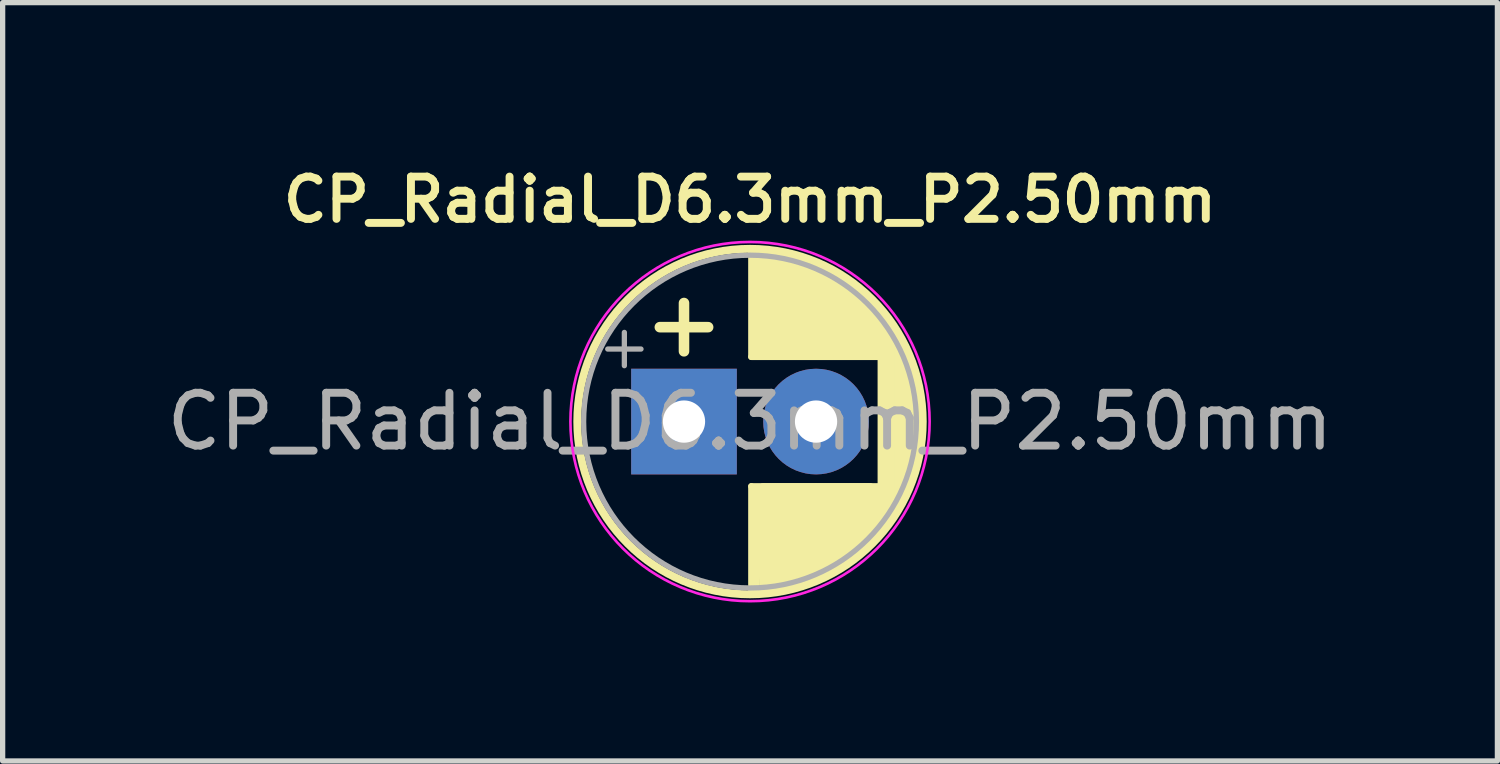
<source format=kicad_pcb>
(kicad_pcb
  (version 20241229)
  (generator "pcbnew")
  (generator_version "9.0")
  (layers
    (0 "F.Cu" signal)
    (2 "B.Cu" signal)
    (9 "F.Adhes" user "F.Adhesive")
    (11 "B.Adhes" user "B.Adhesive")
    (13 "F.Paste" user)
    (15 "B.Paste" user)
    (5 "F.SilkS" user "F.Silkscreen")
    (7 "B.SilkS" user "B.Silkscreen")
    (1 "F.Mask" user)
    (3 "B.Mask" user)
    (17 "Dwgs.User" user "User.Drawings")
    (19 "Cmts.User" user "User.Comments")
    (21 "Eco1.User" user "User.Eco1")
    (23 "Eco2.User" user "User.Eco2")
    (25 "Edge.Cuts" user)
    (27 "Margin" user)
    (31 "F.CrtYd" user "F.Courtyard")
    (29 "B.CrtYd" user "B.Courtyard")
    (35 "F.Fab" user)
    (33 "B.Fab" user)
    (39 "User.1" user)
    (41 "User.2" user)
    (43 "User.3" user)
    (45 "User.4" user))
  (footprint "CP_Radial_D6.3mm_P2.50mm"
    (layer "F.Cu")
    (at 9.899 4.931)
    (property "Reference" "CP_Radial_D6.3mm_P2.50mm" (at 1.25 -4.2 0) (layer "F.SilkS") (effects (font (size 0.8 0.8) (thickness 0.15))))
    (attr through_hole)
    (fp_line (start 1.275 -3.27) (end 1.275 -1.225) (stroke (width 0.12) (type solid)) (layer "F.SilkS"))
    (fp_line (start 1.275 -1.225) (end 3.725 -1.225) (stroke (width 0.12) (type solid)) (layer "F.SilkS"))
    (fp_line (start 1.275 1.225) (end 1.275 3.27) (stroke (width 0.12) (type solid)) (layer "F.SilkS"))
    (fp_line (start 1.275 1.225) (end 3.725 1.225) (stroke (width 0.12) (type solid)) (layer "F.SilkS"))
    (fp_line (start 1.321 -1.225) (end 1.321 -3.251) (stroke (width 0.12) (type solid)) (layer "F.SilkS"))
    (fp_line (start 1.321 1.27) (end 1.321 3.251) (stroke (width 0.12) (type solid)) (layer "F.SilkS"))
    (fp_line (start 1.372 1.27) (end 1.372 3.2) (stroke (width 0.12) (type solid)) (layer "F.SilkS"))
    (fp_line (start 1.422 -1.225) (end 1.422 -3.251) (stroke (width 0.12) (type solid)) (layer "F.SilkS"))
    (fp_line (start 1.422 1.321) (end 1.372 3.2) (stroke (width 0.12) (type solid)) (layer "F.SilkS"))
    (fp_line (start 1.49 -3.222) (end 1.49 -1.225) (stroke (width 0.12) (type solid)) (layer "F.SilkS"))
    (fp_line (start 1.49 1.225) (end 1.49 3.222) (stroke (width 0.12) (type solid)) (layer "F.SilkS"))
    (fp_line (start 1.53 -3.218) (end 1.53 -1.225) (stroke (width 0.12) (type solid)) (layer "F.SilkS"))
    (fp_line (start 1.53 1.225) (end 1.53 3.218) (stroke (width 0.12) (type solid)) (layer "F.SilkS"))
    (fp_line (start 1.57 -3.215) (end 1.57 -1.225) (stroke (width 0.12) (type solid)) (layer "F.SilkS"))
    (fp_line (start 1.57 1.225) (end 1.57 3.215) (stroke (width 0.12) (type solid)) (layer "F.SilkS"))
    (fp_line (start 1.61 -3.211) (end 1.61 -1.225) (stroke (width 0.12) (type solid)) (layer "F.SilkS"))
    (fp_line (start 1.61 1.225) (end 1.61 3.211) (stroke (width 0.12) (type solid)) (layer "F.SilkS"))
    (fp_line (start 1.65 -3.206) (end 1.65 -1.225) (stroke (width 0.12) (type solid)) (layer "F.SilkS"))
    (fp_line (start 1.65 1.225) (end 1.65 3.206) (stroke (width 0.12) (type solid)) (layer "F.SilkS"))
    (fp_line (start 1.69 -3.201) (end 1.69 -1.225) (stroke (width 0.12) (type solid)) (layer "F.SilkS"))
    (fp_line (start 1.69 1.225) (end 1.69 3.201) (stroke (width 0.12) (type solid)) (layer "F.SilkS"))
    (fp_line (start 1.73 -3.195) (end 1.73 -1.225) (stroke (width 0.12) (type solid)) (layer "F.SilkS"))
    (fp_line (start 1.73 1.225) (end 1.73 3.195) (stroke (width 0.12) (type solid)) (layer "F.SilkS"))
    (fp_line (start 1.77 -3.189) (end 1.77 -1.225) (stroke (width 0.12) (type solid)) (layer "F.SilkS"))
    (fp_line (start 1.77 1.225) (end 1.77 3.189) (stroke (width 0.12) (type solid)) (layer "F.SilkS"))
    (fp_line (start 1.81 -3.182) (end 1.81 -1.225) (stroke (width 0.12) (type solid)) (layer "F.SilkS"))
    (fp_line (start 1.81 1.225) (end 1.81 3.182) (stroke (width 0.12) (type solid)) (layer "F.SilkS"))
    (fp_line (start 1.85 -3.175) (end 1.85 -1.225) (stroke (width 0.12) (type solid)) (layer "F.SilkS"))
    (fp_line (start 1.85 1.225) (end 1.85 3.175) (stroke (width 0.12) (type solid)) (layer "F.SilkS"))
    (fp_line (start 1.89 -3.167) (end 1.89 -1.225) (stroke (width 0.12) (type solid)) (layer "F.SilkS"))
    (fp_line (start 1.89 1.225) (end 1.89 3.167) (stroke (width 0.12) (type solid)) (layer "F.SilkS"))
    (fp_line (start 1.93 -3.159) (end 1.93 -1.225) (stroke (width 0.12) (type solid)) (layer "F.SilkS"))
    (fp_line (start 1.93 1.225) (end 1.93 3.159) (stroke (width 0.12) (type solid)) (layer "F.SilkS"))
    (fp_line (start 1.971 -3.15) (end 1.971 -1.225) (stroke (width 0.12) (type solid)) (layer "F.SilkS"))
    (fp_line (start 1.971 1.225) (end 1.971 3.15) (stroke (width 0.12) (type solid)) (layer "F.SilkS"))
    (fp_line (start 2.011 -3.141) (end 2.011 -1.225) (stroke (width 0.12) (type solid)) (layer "F.SilkS"))
    (fp_line (start 2.011 1.225) (end 2.011 3.141) (stroke (width 0.12) (type solid)) (layer "F.SilkS"))
    (fp_line (start 2.051 -3.131) (end 2.051 -1.225) (stroke (width 0.12) (type solid)) (layer "F.SilkS"))
    (fp_line (start 2.051 1.225) (end 2.051 3.131) (stroke (width 0.12) (type solid)) (layer "F.SilkS"))
    (fp_line (start 2.091 -3.121) (end 2.091 -1.225) (stroke (width 0.12) (type solid)) (layer "F.SilkS"))
    (fp_line (start 2.091 1.225) (end 2.091 3.121) (stroke (width 0.12) (type solid)) (layer "F.SilkS"))
    (fp_line (start 2.131 -3.11) (end 2.131 -1.225) (stroke (width 0.12) (type solid)) (layer "F.SilkS"))
    (fp_line (start 2.131 1.225) (end 2.131 3.11) (stroke (width 0.12) (type solid)) (layer "F.SilkS"))
    (fp_line (start 2.171 -3.098) (end 2.171 -1.225) (stroke (width 0.12) (type solid)) (layer "F.SilkS"))
    (fp_line (start 2.171 1.225) (end 2.171 3.098) (stroke (width 0.12) (type solid)) (layer "F.SilkS"))
    (fp_line (start 2.211 -3.086) (end 2.211 -1.225) (stroke (width 0.12) (type solid)) (layer "F.SilkS"))
    (fp_line (start 2.211 1.225) (end 2.211 3.086) (stroke (width 0.12) (type solid)) (layer "F.SilkS"))
    (fp_line (start 2.251 -3.074) (end 2.251 -1.225) (stroke (width 0.12) (type solid)) (layer "F.SilkS"))
    (fp_line (start 2.251 1.225) (end 2.251 3.074) (stroke (width 0.12) (type solid)) (layer "F.SilkS"))
    (fp_line (start 2.291 -3.061) (end 2.291 -1.225) (stroke (width 0.12) (type solid)) (layer "F.SilkS"))
    (fp_line (start 2.291 1.225) (end 2.291 3.061) (stroke (width 0.12) (type solid)) (layer "F.SilkS"))
    (fp_line (start 2.331 -3.047) (end 2.331 -1.225) (stroke (width 0.12) (type solid)) (layer "F.SilkS"))
    (fp_line (start 2.331 1.225) (end 2.331 3.047) (stroke (width 0.12) (type solid)) (layer "F.SilkS"))
    (fp_line (start 2.371 -3.033) (end 2.371 -1.225) (stroke (width 0.12) (type solid)) (layer "F.SilkS"))
    (fp_line (start 2.371 1.225) (end 2.371 3.033) (stroke (width 0.12) (type solid)) (layer "F.SilkS"))
    (fp_line (start 2.411 -3.018) (end 2.411 -1.225) (stroke (width 0.12) (type solid)) (layer "F.SilkS"))
    (fp_line (start 2.411 1.225) (end 2.411 3.018) (stroke (width 0.12) (type solid)) (layer "F.SilkS"))
    (fp_line (start 2.451 -3.002) (end 2.451 -1.225) (stroke (width 0.12) (type solid)) (layer "F.SilkS"))
    (fp_line (start 2.451 1.225) (end 2.451 3.002) (stroke (width 0.12) (type solid)) (layer "F.SilkS"))
    (fp_line (start 2.491 -2.986) (end 2.491 -1.225) (stroke (width 0.12) (type solid)) (layer "F.SilkS"))
    (fp_line (start 2.491 1.225) (end 2.491 2.986) (stroke (width 0.12) (type solid)) (layer "F.SilkS"))
    (fp_line (start 2.531 -2.97) (end 2.531 -1.225) (stroke (width 0.12) (type solid)) (layer "F.SilkS"))
    (fp_line (start 2.531 1.225) (end 2.531 2.97) (stroke (width 0.12) (type solid)) (layer "F.SilkS"))
    (fp_line (start 2.571 -2.952) (end 2.571 -1.225) (stroke (width 0.12) (type solid)) (layer "F.SilkS"))
    (fp_line (start 2.571 1.225) (end 2.571 2.952) (stroke (width 0.12) (type solid)) (layer "F.SilkS"))
    (fp_line (start 2.611 -2.934) (end 2.611 -1.225) (stroke (width 0.12) (type solid)) (layer "F.SilkS"))
    (fp_line (start 2.611 1.225) (end 2.611 2.934) (stroke (width 0.12) (type solid)) (layer "F.SilkS"))
    (fp_line (start 2.651 -2.916) (end 2.651 -1.225) (stroke (width 0.12) (type solid)) (layer "F.SilkS"))
    (fp_line (start 2.651 1.225) (end 2.651 2.916) (stroke (width 0.12) (type solid)) (layer "F.SilkS"))
    (fp_line (start 2.691 -2.896) (end 2.691 -1.225) (stroke (width 0.12) (type solid)) (layer "F.SilkS"))
    (fp_line (start 2.691 1.225) (end 2.691 2.896) (stroke (width 0.12) (type solid)) (layer "F.SilkS"))
    (fp_line (start 2.731 -2.876) (end 2.731 -1.225) (stroke (width 0.12) (type solid)) (layer "F.SilkS"))
    (fp_line (start 2.731 1.225) (end 2.731 2.876) (stroke (width 0.12) (type solid)) (layer "F.SilkS"))
    (fp_line (start 2.771 -2.856) (end 2.771 -1.225) (stroke (width 0.12) (type solid)) (layer "F.SilkS"))
    (fp_line (start 2.771 1.225) (end 2.771 2.856) (stroke (width 0.12) (type solid)) (layer "F.SilkS"))
    (fp_line (start 2.811 -2.834) (end 2.811 -1.225) (stroke (width 0.12) (type solid)) (layer "F.SilkS"))
    (fp_line (start 2.811 1.225) (end 2.811 2.834) (stroke (width 0.12) (type solid)) (layer "F.SilkS"))
    (fp_line (start 2.851 -2.812) (end 2.851 -1.225) (stroke (width 0.12) (type solid)) (layer "F.SilkS"))
    (fp_line (start 2.851 1.225) (end 2.851 2.812) (stroke (width 0.12) (type solid)) (layer "F.SilkS"))
    (fp_line (start 2.891 -2.79) (end 2.891 -1.225) (stroke (width 0.12) (type solid)) (layer "F.SilkS"))
    (fp_line (start 2.891 1.225) (end 2.891 2.79) (stroke (width 0.12) (type solid)) (layer "F.SilkS"))
    (fp_line (start 2.931 -2.766) (end 2.931 -1.225) (stroke (width 0.12) (type solid)) (layer "F.SilkS"))
    (fp_line (start 2.931 1.225) (end 2.931 2.766) (stroke (width 0.12) (type solid)) (layer "F.SilkS"))
    (fp_line (start 2.971 -2.742) (end 2.971 -1.225) (stroke (width 0.12) (type solid)) (layer "F.SilkS"))
    (fp_line (start 2.971 1.225) (end 2.971 2.742) (stroke (width 0.12) (type solid)) (layer "F.SilkS"))
    (fp_line (start 3.011 -2.716) (end 3.011 -1.225) (stroke (width 0.12) (type solid)) (layer "F.SilkS"))
    (fp_line (start 3.011 1.225) (end 3.011 2.716) (stroke (width 0.12) (type solid)) (layer "F.SilkS"))
    (fp_line (start 3.051 -2.69) (end 3.051 -1.225) (stroke (width 0.12) (type solid)) (layer "F.SilkS"))
    (fp_line (start 3.051 1.225) (end 3.051 2.69) (stroke (width 0.12) (type solid)) (layer "F.SilkS"))
    (fp_line (start 3.091 -2.664) (end 3.091 -1.225) (stroke (width 0.12) (type solid)) (layer "F.SilkS"))
    (fp_line (start 3.091 1.225) (end 3.091 2.664) (stroke (width 0.12) (type solid)) (layer "F.SilkS"))
    (fp_line (start 3.131 -2.636) (end 3.131 -1.225) (stroke (width 0.12) (type solid)) (layer "F.SilkS"))
    (fp_line (start 3.131 1.225) (end 3.131 2.636) (stroke (width 0.12) (type solid)) (layer "F.SilkS"))
    (fp_line (start 3.171 -2.607) (end 3.171 -1.225) (stroke (width 0.12) (type solid)) (layer "F.SilkS"))
    (fp_line (start 3.171 1.225) (end 3.171 2.607) (stroke (width 0.12) (type solid)) (layer "F.SilkS"))
    (fp_line (start 3.211 -2.578) (end 3.211 -1.225) (stroke (width 0.12) (type solid)) (layer "F.SilkS"))
    (fp_line (start 3.211 1.225) (end 3.211 2.578) (stroke (width 0.12) (type solid)) (layer "F.SilkS"))
    (fp_line (start 3.251 -2.548) (end 3.251 -1.225) (stroke (width 0.12) (type solid)) (layer "F.SilkS"))
    (fp_line (start 3.251 1.225) (end 3.251 2.548) (stroke (width 0.12) (type solid)) (layer "F.SilkS"))
    (fp_line (start 3.291 -2.516) (end 3.291 -1.225) (stroke (width 0.12) (type solid)) (layer "F.SilkS"))
    (fp_line (start 3.291 1.225) (end 3.291 2.516) (stroke (width 0.12) (type solid)) (layer "F.SilkS"))
    (fp_line (start 3.331 -2.484) (end 3.331 -1.225) (stroke (width 0.12) (type solid)) (layer "F.SilkS"))
    (fp_line (start 3.331 1.225) (end 3.331 2.484) (stroke (width 0.12) (type solid)) (layer "F.SilkS"))
    (fp_line (start 3.371 -2.45) (end 3.371 -1.225) (stroke (width 0.12) (type solid)) (layer "F.SilkS"))
    (fp_line (start 3.371 1.225) (end 3.371 2.45) (stroke (width 0.12) (type solid)) (layer "F.SilkS"))
    (fp_line (start 3.411 -2.416) (end 3.411 -1.225) (stroke (width 0.12) (type solid)) (layer "F.SilkS"))
    (fp_line (start 3.411 1.225) (end 3.411 2.416) (stroke (width 0.12) (type solid)) (layer "F.SilkS"))
    (fp_line (start 3.451 -2.38) (end 3.451 -1.225) (stroke (width 0.12) (type solid)) (layer "F.SilkS"))
    (fp_line (start 3.451 1.225) (end 3.451 2.38) (stroke (width 0.12) (type solid)) (layer "F.SilkS"))
    (fp_line (start 3.491 -2.343) (end 3.491 -1.225) (stroke (width 0.12) (type solid)) (layer "F.SilkS"))
    (fp_line (start 3.491 1.225) (end 3.491 2.343) (stroke (width 0.12) (type solid)) (layer "F.SilkS"))
    (fp_line (start 3.531 -2.305) (end 3.531 -1.225) (stroke (width 0.12) (type solid)) (layer "F.SilkS"))
    (fp_line (start 3.531 1.225) (end 3.531 2.305) (stroke (width 0.12) (type solid)) (layer "F.SilkS"))
    (fp_line (start 3.607 -1.27) (end 3.607 -2.184) (stroke (width 0.12) (type solid)) (layer "F.SilkS"))
    (fp_line (start 3.607 1.27) (end 3.607 2.184) (stroke (width 0.12) (type solid)) (layer "F.SilkS"))
    (fp_line (start 3.658 -1.27) (end 3.658 -2.134) (stroke (width 0.12) (type solid)) (layer "F.SilkS"))
    (fp_line (start 3.658 1.27) (end 3.658 2.134) (stroke (width 0.12) (type solid)) (layer "F.SilkS"))
    (fp_line (start 3.725 -2.044) (end 3.725 2.044) (stroke (width 0.12) (type solid)) (layer "F.SilkS"))
    (fp_line (start 3.811 -1.995) (end 3.811 1.995) (stroke (width 0.12) (type solid)) (layer "F.SilkS"))
    (fp_line (start 3.851 -1.944) (end 3.851 1.944) (stroke (width 0.12) (type solid)) (layer "F.SilkS"))
    (fp_line (start 3.891 -1.89) (end 3.891 1.89) (stroke (width 0.12) (type solid)) (layer "F.SilkS"))
    (fp_line (start 3.931 -1.834) (end 3.931 1.834) (stroke (width 0.12) (type solid)) (layer "F.SilkS"))
    (fp_line (start 3.971 -1.776) (end 3.971 1.776) (stroke (width 0.12) (type solid)) (layer "F.SilkS"))
    (fp_line (start 4.011 -1.714) (end 4.011 1.714) (stroke (width 0.12) (type solid)) (layer "F.SilkS"))
    (fp_line (start 4.051 -1.65) (end 4.051 1.65) (stroke (width 0.12) (type solid)) (layer "F.SilkS"))
    (fp_line (start 4.091 -1.581) (end 4.091 1.581) (stroke (width 0.12) (type solid)) (layer "F.SilkS"))
    (fp_line (start 4.131 -1.509) (end 4.131 1.509) (stroke (width 0.12) (type solid)) (layer "F.SilkS"))
    (fp_line (start 4.171 -1.432) (end 4.171 1.432) (stroke (width 0.12) (type solid)) (layer "F.SilkS"))
    (fp_line (start 4.211 -1.35) (end 4.211 1.35) (stroke (width 0.12) (type solid)) (layer "F.SilkS"))
    (fp_line (start 4.251 -1.262) (end 4.251 1.262) (stroke (width 0.12) (type solid)) (layer "F.SilkS"))
    (fp_line (start 4.291 -1.165) (end 4.291 1.165) (stroke (width 0.12) (type solid)) (layer "F.SilkS"))
    (fp_line (start 4.331 -1.059) (end 4.331 1.059) (stroke (width 0.12) (type solid)) (layer "F.SilkS"))
    (fp_line (start 4.371 -0.94) (end 4.371 0.94) (stroke (width 0.12) (type solid)) (layer "F.SilkS"))
    (fp_line (start 4.411 -0.802) (end 4.411 0.802) (stroke (width 0.12) (type solid)) (layer "F.SilkS"))
    (fp_line (start 4.451 -0.633) (end 4.451 0.633) (stroke (width 0.12) (type solid)) (layer "F.SilkS"))
    (fp_line (start 4.491 -0.402) (end 4.491 0.402) (stroke (width 0.12) (type solid)) (layer "F.SilkS"))
    (fp_circle (center 1.25 0) (end 4.52 0) (stroke (width 0.15) (type solid)) (fill no) (layer "F.SilkS"))
    (fp_circle (center 1.25 0) (end 4.65 0) (stroke (width 0.05) (type solid)) (fill no) (layer "F.CrtYd"))
    (fp_line (start -1.444 -1.373) (end -0.814 -1.373) (stroke (width 0.1) (type solid)) (layer "F.Fab"))
    (fp_line (start -1.129 -1.688) (end -1.129 -1.058) (stroke (width 0.1) (type solid)) (layer "F.Fab"))
    (fp_circle (center 1.25 0) (end 4.4 0) (stroke (width 0.1) (type solid)) (fill no) (layer "F.Fab"))
    (fp_text user "+" (at 0 -1.875 0) (unlocked yes) (layer "F.SilkS") (effects (font (size 1.2 1.2) (thickness 0.2))))
    (fp_text user "${REFERENCE}" (at 1.25 0 0) (layer "F.Fab") (effects (font (size 1 1) (thickness 0.15))))
    (pad "1" thru_hole rect (at 0 0) (size 2 2) (drill 0.8) (layers "*.Cu" "*.Mask"))
    (pad "2" thru_hole circle (at 2.5 0) (size 2 2) (drill 0.8) (layers "*.Cu" "*.Mask")))
  (gr_rect
    (start -3 -3)
    (end 25.298 11.356)
    (stroke (width 0.1) (type default))
    (fill no)
    (layer "Edge.Cuts")))
</source>
